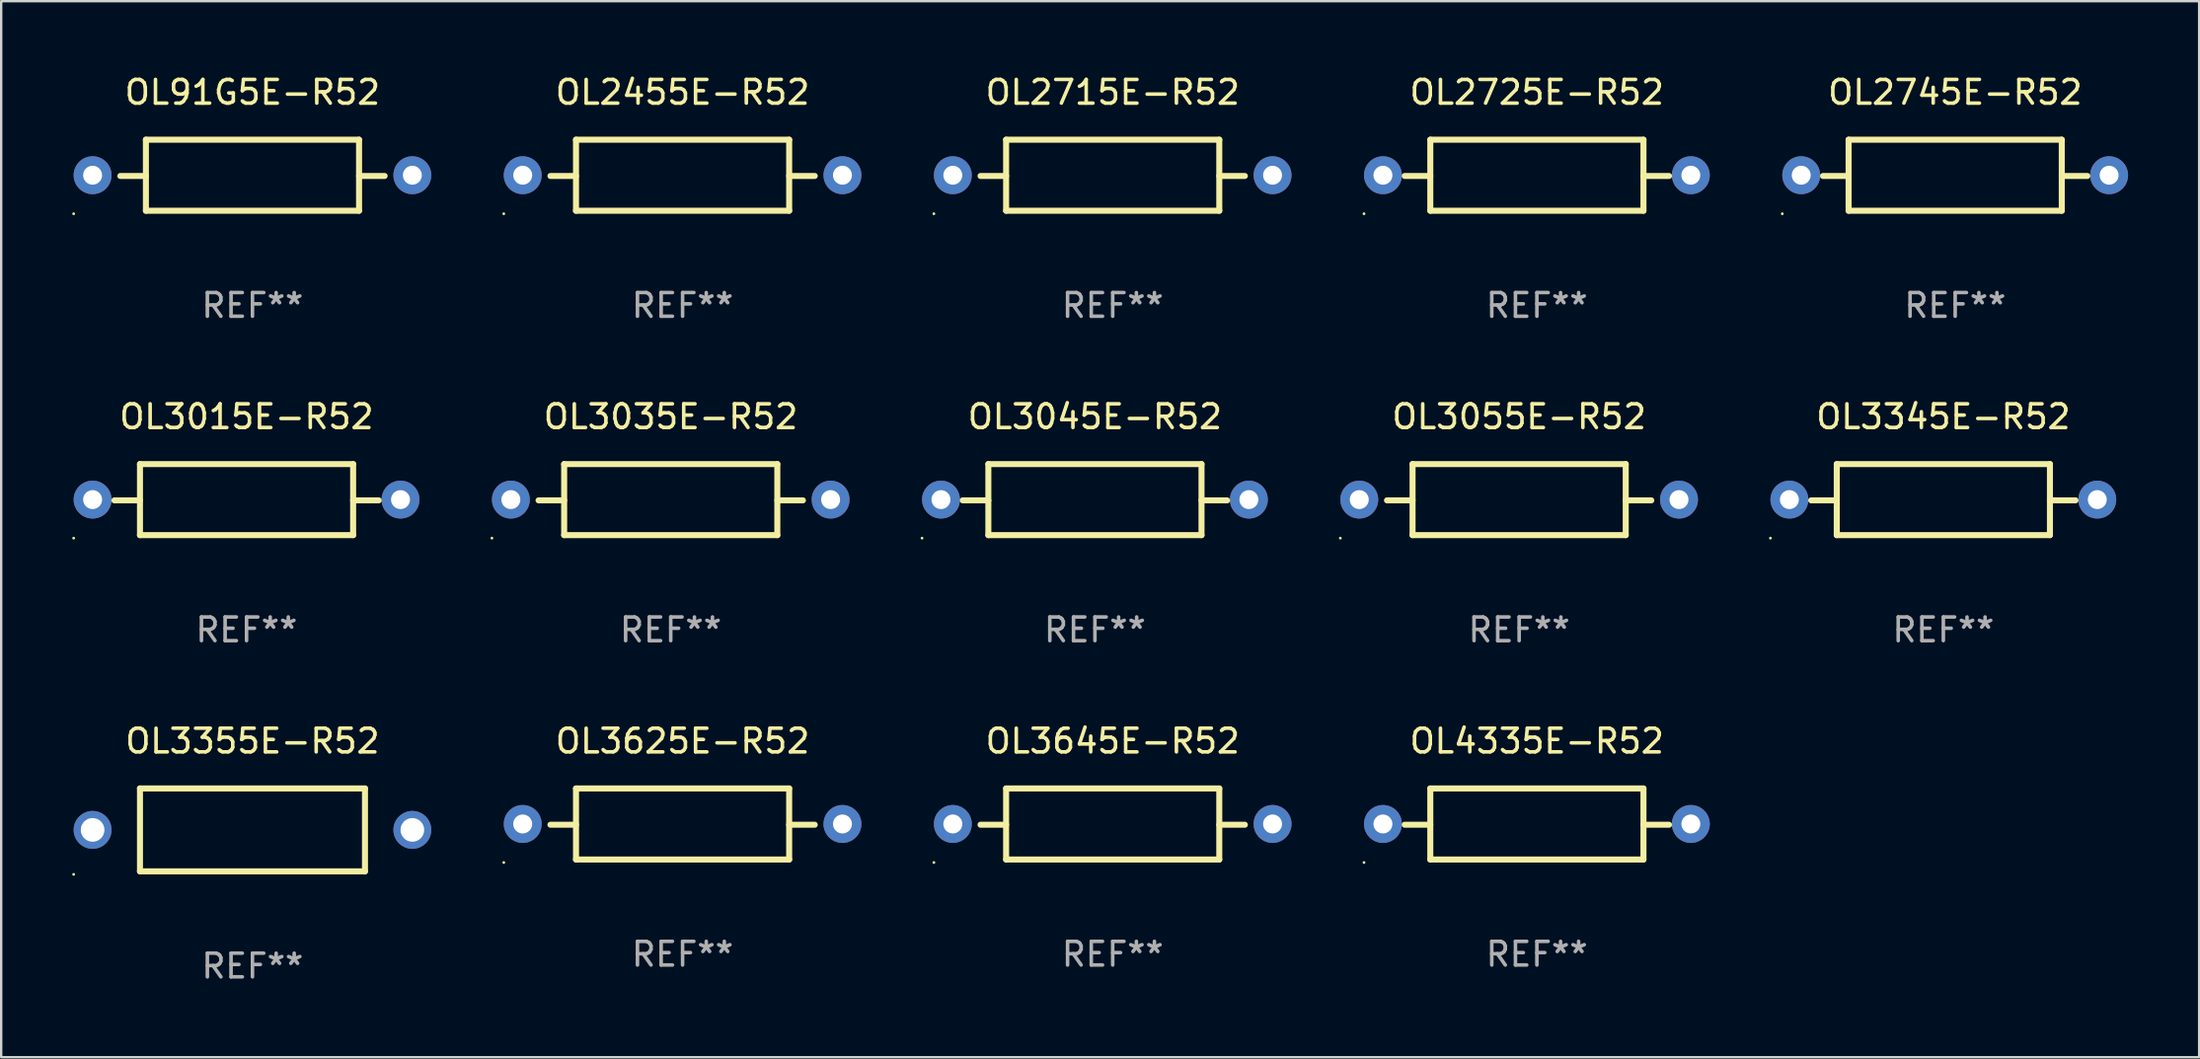
<source format=kicad_pcb>
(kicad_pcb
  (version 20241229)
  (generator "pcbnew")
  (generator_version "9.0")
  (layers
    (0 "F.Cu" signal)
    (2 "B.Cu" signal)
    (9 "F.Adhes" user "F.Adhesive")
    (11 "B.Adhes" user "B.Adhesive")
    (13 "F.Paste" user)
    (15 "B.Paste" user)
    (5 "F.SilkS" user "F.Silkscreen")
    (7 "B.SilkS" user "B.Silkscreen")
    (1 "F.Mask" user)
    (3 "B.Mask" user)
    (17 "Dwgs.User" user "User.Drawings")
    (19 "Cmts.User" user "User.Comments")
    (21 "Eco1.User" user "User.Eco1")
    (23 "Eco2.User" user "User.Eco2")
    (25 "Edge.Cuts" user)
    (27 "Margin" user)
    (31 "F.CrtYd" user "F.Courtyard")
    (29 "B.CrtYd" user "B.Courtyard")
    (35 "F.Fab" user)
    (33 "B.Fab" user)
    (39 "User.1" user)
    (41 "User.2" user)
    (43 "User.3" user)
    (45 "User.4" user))
  (footprint "OL3055E-R52"
    (layer "F.Cu")
    (at 61.091 18.045)
    (property "Reference" "OL3055E-R52" (at 0 -3.5 0) (layer "F.SilkS") (effects (font (size 1 1) (thickness 0.15))))
    (attr through_hole)
    (fp_line (start -4.5 -1.5) (end -4.5 1.5) (stroke (width 0.254) (type solid)) (layer "F.SilkS"))
    (fp_line (start -4.5 -1.5) (end 4.5 -1.5) (stroke (width 0.254) (type solid)) (layer "F.SilkS"))
    (fp_line (start -4.5 0.032) (end -5.58 0.032) (stroke (width 0.254) (type solid)) (layer "F.SilkS"))
    (fp_line (start -4.5 1.5) (end 4.5 1.5) (stroke (width 0.254) (type solid)) (layer "F.SilkS"))
    (fp_line (start 4.5 -1.5) (end 4.5 1.5) (stroke (width 0.254) (type solid)) (layer "F.SilkS"))
    (fp_line (start 4.5 0.032) (end 5.58 0.032) (stroke (width 0.254) (type solid)) (layer "F.SilkS"))
    (fp_circle (center -7.55 1.627) (end -7.52 1.627) (stroke (width 0.06) (type solid)) (fill no) (layer "F.SilkS"))
    (fp_text user "REF**" (at 0 5.5 0) (layer "F.Fab") (effects (font (size 1 1) (thickness 0.15))))
    (pad "1" thru_hole circle (at -6.75 0) (size 1.6 1.6) (drill 0.8) (layers "*.Cu" "*.Mask"))
    (pad "2" thru_hole circle (at 6.75 0) (size 1.6 1.6) (drill 0.8) (layers "*.Cu" "*.Mask")))
  (footprint "OL2715E-R52"
    (layer "F.Cu")
    (at 43.93 4.348)
    (property "Reference" "OL2715E-R52" (at 0 -3.5 0) (layer "F.SilkS") (effects (font (size 1 1) (thickness 0.15))))
    (attr through_hole)
    (fp_line (start -4.5 -1.5) (end -4.5 1.5) (stroke (width 0.254) (type solid)) (layer "F.SilkS"))
    (fp_line (start -4.5 -1.5) (end 4.5 -1.5) (stroke (width 0.254) (type solid)) (layer "F.SilkS"))
    (fp_line (start -4.5 0.032) (end -5.58 0.032) (stroke (width 0.254) (type solid)) (layer "F.SilkS"))
    (fp_line (start -4.5 1.5) (end 4.5 1.5) (stroke (width 0.254) (type solid)) (layer "F.SilkS"))
    (fp_line (start 4.5 -1.5) (end 4.5 1.5) (stroke (width 0.254) (type solid)) (layer "F.SilkS"))
    (fp_line (start 4.5 0.032) (end 5.58 0.032) (stroke (width 0.254) (type solid)) (layer "F.SilkS"))
    (fp_circle (center -7.55 1.627) (end -7.52 1.627) (stroke (width 0.06) (type solid)) (fill no) (layer "F.SilkS"))
    (fp_text user "REF**" (at 0 5.5 0) (layer "F.Fab") (effects (font (size 1 1) (thickness 0.15))))
    (pad "1" thru_hole circle (at -6.75 0) (size 1.6 1.6) (drill 0.8) (layers "*.Cu" "*.Mask"))
    (pad "2" thru_hole circle (at 6.75 0) (size 1.6 1.6) (drill 0.8) (layers "*.Cu" "*.Mask")))
  (footprint "OL3015E-R52"
    (layer "F.Cu")
    (at 7.36 18.045)
    (property "Reference" "OL3015E-R52" (at 0 -3.5 0) (layer "F.SilkS") (effects (font (size 1 1) (thickness 0.15))))
    (attr through_hole)
    (fp_line (start -4.5 -1.5) (end -4.5 1.5) (stroke (width 0.254) (type solid)) (layer "F.SilkS"))
    (fp_line (start -4.5 -1.5) (end 4.5 -1.5) (stroke (width 0.254) (type solid)) (layer "F.SilkS"))
    (fp_line (start -4.5 0.032) (end -5.58 0.032) (stroke (width 0.254) (type solid)) (layer "F.SilkS"))
    (fp_line (start -4.5 1.5) (end 4.5 1.5) (stroke (width 0.254) (type solid)) (layer "F.SilkS"))
    (fp_line (start 4.5 -1.5) (end 4.5 1.5) (stroke (width 0.254) (type solid)) (layer "F.SilkS"))
    (fp_line (start 4.5 0.032) (end 5.58 0.032) (stroke (width 0.254) (type solid)) (layer "F.SilkS"))
    (fp_circle (center -7.3 1.627) (end -7.27 1.627) (stroke (width 0.06) (type solid)) (fill no) (layer "F.SilkS"))
    (fp_text user "REF**" (at 0 5.5 0) (layer "F.Fab") (effects (font (size 1 1) (thickness 0.15))))
    (pad "1" thru_hole circle (at -6.5 0) (size 1.6 1.6) (drill 0.8) (layers "*.Cu" "*.Mask"))
    (pad "2" thru_hole circle (at 6.5 0) (size 1.6 1.6) (drill 0.8) (layers "*.Cu" "*.Mask")))
  (footprint "OL3355E-R52"
    (layer "F.Cu")
    (at 7.61 31.991)
    (property "Reference" "OL3355E-R52" (at 0 -3.75 0) (layer "F.SilkS") (effects (font (size 1 1) (thickness 0.15))))
    (attr through_hole)
    (fp_line (start -4.75 -1.75) (end 4.75 -1.75) (stroke (width 0.254) (type solid)) (layer "F.SilkS"))
    (fp_line (start -4.75 1.75) (end -4.75 -1.75) (stroke (width 0.254) (type solid)) (layer "F.SilkS"))
    (fp_line (start 4.75 1.75) (end -4.75 1.75) (stroke (width 0.254) (type solid)) (layer "F.SilkS"))
    (fp_line (start 4.75 1.75) (end 4.75 -1.75) (stroke (width 0.254) (type solid)) (layer "F.SilkS"))
    (fp_circle (center -7.55 1.877) (end -7.52 1.877) (stroke (width 0.06) (type solid)) (fill no) (layer "F.SilkS"))
    (fp_text user "REF**" (at 0 5.75 0) (layer "F.Fab") (effects (font (size 1 1) (thickness 0.15))))
    (pad "1" thru_hole circle (at -6.75 0) (size 1.6 1.6) (drill 1) (layers "*.Cu" "*.Mask"))
    (pad "2" thru_hole circle (at 6.75 0) (size 1.6 1.6) (drill 1) (layers "*.Cu" "*.Mask")))
  (footprint "OL3625E-R52"
    (layer "F.Cu")
    (at 25.77 31.741)
    (property "Reference" "OL3625E-R52" (at 0 -3.5 0) (layer "F.SilkS") (effects (font (size 1 1) (thickness 0.15))))
    (attr through_hole)
    (fp_line (start -4.5 -1.5) (end -4.5 1.5) (stroke (width 0.254) (type solid)) (layer "F.SilkS"))
    (fp_line (start -4.5 -1.5) (end 4.5 -1.5) (stroke (width 0.254) (type solid)) (layer "F.SilkS"))
    (fp_line (start -4.5 0.032) (end -5.58 0.032) (stroke (width 0.254) (type solid)) (layer "F.SilkS"))
    (fp_line (start -4.5 1.5) (end 4.5 1.5) (stroke (width 0.254) (type solid)) (layer "F.SilkS"))
    (fp_line (start 4.5 -1.5) (end 4.5 1.5) (stroke (width 0.254) (type solid)) (layer "F.SilkS"))
    (fp_line (start 4.5 0.032) (end 5.58 0.032) (stroke (width 0.254) (type solid)) (layer "F.SilkS"))
    (fp_circle (center -7.55 1.627) (end -7.52 1.627) (stroke (width 0.06) (type solid)) (fill no) (layer "F.SilkS"))
    (fp_text user "REF**" (at 0 5.5 0) (layer "F.Fab") (effects (font (size 1 1) (thickness 0.15))))
    (pad "1" thru_hole circle (at -6.75 0) (size 1.6 1.6) (drill 0.8) (layers "*.Cu" "*.Mask"))
    (pad "2" thru_hole circle (at 6.75 0) (size 1.6 1.6) (drill 0.8) (layers "*.Cu" "*.Mask")))
  (footprint "OL3035E-R52"
    (layer "F.Cu")
    (at 25.27 18.045)
    (property "Reference" "OL3035E-R52" (at 0 -3.5 0) (layer "F.SilkS") (effects (font (size 1 1) (thickness 0.15))))
    (attr through_hole)
    (fp_line (start -4.5 -1.5) (end -4.5 1.5) (stroke (width 0.254) (type solid)) (layer "F.SilkS"))
    (fp_line (start -4.5 -1.5) (end 4.5 -1.5) (stroke (width 0.254) (type solid)) (layer "F.SilkS"))
    (fp_line (start -4.5 0.032) (end -5.58 0.032) (stroke (width 0.254) (type solid)) (layer "F.SilkS"))
    (fp_line (start -4.5 1.5) (end 4.5 1.5) (stroke (width 0.254) (type solid)) (layer "F.SilkS"))
    (fp_line (start 4.5 -1.5) (end 4.5 1.5) (stroke (width 0.254) (type solid)) (layer "F.SilkS"))
    (fp_line (start 4.5 0.032) (end 5.58 0.032) (stroke (width 0.254) (type solid)) (layer "F.SilkS"))
    (fp_circle (center -7.55 1.627) (end -7.52 1.627) (stroke (width 0.06) (type solid)) (fill no) (layer "F.SilkS"))
    (fp_text user "REF**" (at 0 5.5 0) (layer "F.Fab") (effects (font (size 1 1) (thickness 0.15))))
    (pad "1" thru_hole circle (at -6.75 0) (size 1.6 1.6) (drill 0.8) (layers "*.Cu" "*.Mask"))
    (pad "2" thru_hole circle (at 6.75 0) (size 1.6 1.6) (drill 0.8) (layers "*.Cu" "*.Mask")))
  (footprint "OL2725E-R52"
    (layer "F.Cu")
    (at 61.84 4.348)
    (property "Reference" "OL2725E-R52" (at 0 -3.5 0) (layer "F.SilkS") (effects (font (size 1 1) (thickness 0.15))))
    (attr through_hole)
    (fp_line (start -4.5 -1.5) (end -4.5 1.5) (stroke (width 0.254) (type solid)) (layer "F.SilkS"))
    (fp_line (start -4.5 -1.5) (end 4.5 -1.5) (stroke (width 0.254) (type solid)) (layer "F.SilkS"))
    (fp_line (start -4.5 0.032) (end -5.58 0.032) (stroke (width 0.254) (type solid)) (layer "F.SilkS"))
    (fp_line (start -4.5 1.5) (end 4.5 1.5) (stroke (width 0.254) (type solid)) (layer "F.SilkS"))
    (fp_line (start 4.5 -1.5) (end 4.5 1.5) (stroke (width 0.254) (type solid)) (layer "F.SilkS"))
    (fp_line (start 4.5 0.032) (end 5.58 0.032) (stroke (width 0.254) (type solid)) (layer "F.SilkS"))
    (fp_circle (center -7.3 1.627) (end -7.27 1.627) (stroke (width 0.06) (type solid)) (fill no) (layer "F.SilkS"))
    (fp_text user "REF**" (at 0 5.5 0) (layer "F.Fab") (effects (font (size 1 1) (thickness 0.15))))
    (pad "1" thru_hole circle (at -6.5 0) (size 1.6 1.6) (drill 0.8) (layers "*.Cu" "*.Mask"))
    (pad "2" thru_hole circle (at 6.5 0) (size 1.6 1.6) (drill 0.8) (layers "*.Cu" "*.Mask")))
  (footprint "OL3045E-R52"
    (layer "F.Cu")
    (at 43.18 18.045)
    (property "Reference" "OL3045E-R52" (at 0 -3.5 0) (layer "F.SilkS") (effects (font (size 1 1) (thickness 0.15))))
    (attr through_hole)
    (fp_line (start -4.5 -1.5) (end -4.5 1.5) (stroke (width 0.254) (type solid)) (layer "F.SilkS"))
    (fp_line (start -4.5 -1.5) (end 4.5 -1.5) (stroke (width 0.254) (type solid)) (layer "F.SilkS"))
    (fp_line (start -4.5 0.032) (end -5.58 0.032) (stroke (width 0.254) (type solid)) (layer "F.SilkS"))
    (fp_line (start -4.5 1.5) (end 4.5 1.5) (stroke (width 0.254) (type solid)) (layer "F.SilkS"))
    (fp_line (start 4.5 -1.5) (end 4.5 1.5) (stroke (width 0.254) (type solid)) (layer "F.SilkS"))
    (fp_line (start 4.5 0.032) (end 5.58 0.032) (stroke (width 0.254) (type solid)) (layer "F.SilkS"))
    (fp_circle (center -7.3 1.627) (end -7.27 1.627) (stroke (width 0.06) (type solid)) (fill no) (layer "F.SilkS"))
    (fp_text user "REF**" (at 0 5.5 0) (layer "F.Fab") (effects (font (size 1 1) (thickness 0.15))))
    (pad "1" thru_hole circle (at -6.5 0) (size 1.6 1.6) (drill 0.8) (layers "*.Cu" "*.Mask"))
    (pad "2" thru_hole circle (at 6.5 0) (size 1.6 1.6) (drill 0.8) (layers "*.Cu" "*.Mask")))
  (footprint "OL91G5E-R52"
    (layer "F.Cu")
    (at 7.61 4.348)
    (property "Reference" "OL91G5E-R52" (at 0 -3.5 0) (layer "F.SilkS") (effects (font (size 1 1) (thickness 0.15))))
    (attr through_hole)
    (fp_line (start -4.5 -1.5) (end -4.5 1.5) (stroke (width 0.254) (type solid)) (layer "F.SilkS"))
    (fp_line (start -4.5 -1.5) (end 4.5 -1.5) (stroke (width 0.254) (type solid)) (layer "F.SilkS"))
    (fp_line (start -4.5 0.032) (end -5.58 0.032) (stroke (width 0.254) (type solid)) (layer "F.SilkS"))
    (fp_line (start -4.5 1.5) (end 4.5 1.5) (stroke (width 0.254) (type solid)) (layer "F.SilkS"))
    (fp_line (start 4.5 -1.5) (end 4.5 1.5) (stroke (width 0.254) (type solid)) (layer "F.SilkS"))
    (fp_line (start 4.5 0.032) (end 5.58 0.032) (stroke (width 0.254) (type solid)) (layer "F.SilkS"))
    (fp_circle (center -7.55 1.627) (end -7.52 1.627) (stroke (width 0.06) (type solid)) (fill no) (layer "F.SilkS"))
    (fp_text user "REF**" (at 0 5.5 0) (layer "F.Fab") (effects (font (size 1 1) (thickness 0.15))))
    (pad "1" thru_hole circle (at -6.75 0) (size 1.6 1.6) (drill 0.8) (layers "*.Cu" "*.Mask"))
    (pad "2" thru_hole circle (at 6.75 0) (size 1.6 1.6) (drill 0.8) (layers "*.Cu" "*.Mask")))
  (footprint "OL3345E-R52"
    (layer "F.Cu")
    (at 79.001 18.045)
    (property "Reference" "OL3345E-R52" (at 0 -3.5 0) (layer "F.SilkS") (effects (font (size 1 1) (thickness 0.15))))
    (attr through_hole)
    (fp_line (start -4.5 -1.5) (end -4.5 1.5) (stroke (width 0.254) (type solid)) (layer "F.SilkS"))
    (fp_line (start -4.5 -1.5) (end 4.5 -1.5) (stroke (width 0.254) (type solid)) (layer "F.SilkS"))
    (fp_line (start -4.5 0.032) (end -5.58 0.032) (stroke (width 0.254) (type solid)) (layer "F.SilkS"))
    (fp_line (start -4.5 1.5) (end 4.5 1.5) (stroke (width 0.254) (type solid)) (layer "F.SilkS"))
    (fp_line (start 4.5 -1.5) (end 4.5 1.5) (stroke (width 0.254) (type solid)) (layer "F.SilkS"))
    (fp_line (start 4.5 0.032) (end 5.58 0.032) (stroke (width 0.254) (type solid)) (layer "F.SilkS"))
    (fp_circle (center -7.3 1.627) (end -7.27 1.627) (stroke (width 0.06) (type solid)) (fill no) (layer "F.SilkS"))
    (fp_text user "REF**" (at 0 5.5 0) (layer "F.Fab") (effects (font (size 1 1) (thickness 0.15))))
    (pad "1" thru_hole circle (at -6.5 0) (size 1.6 1.6) (drill 0.8) (layers "*.Cu" "*.Mask"))
    (pad "2" thru_hole circle (at 6.5 0) (size 1.6 1.6) (drill 0.8) (layers "*.Cu" "*.Mask")))
  (footprint "OL4335E-R52"
    (layer "F.Cu")
    (at 61.84 31.741)
    (property "Reference" "OL4335E-R52" (at 0 -3.5 0) (layer "F.SilkS") (effects (font (size 1 1) (thickness 0.15))))
    (attr through_hole)
    (fp_line (start -4.5 -1.5) (end -4.5 1.5) (stroke (width 0.254) (type solid)) (layer "F.SilkS"))
    (fp_line (start -4.5 -1.5) (end 4.5 -1.5) (stroke (width 0.254) (type solid)) (layer "F.SilkS"))
    (fp_line (start -4.5 0.032) (end -5.58 0.032) (stroke (width 0.254) (type solid)) (layer "F.SilkS"))
    (fp_line (start -4.5 1.5) (end 4.5 1.5) (stroke (width 0.254) (type solid)) (layer "F.SilkS"))
    (fp_line (start 4.5 -1.5) (end 4.5 1.5) (stroke (width 0.254) (type solid)) (layer "F.SilkS"))
    (fp_line (start 4.5 0.032) (end 5.58 0.032) (stroke (width 0.254) (type solid)) (layer "F.SilkS"))
    (fp_circle (center -7.3 1.627) (end -7.27 1.627) (stroke (width 0.06) (type solid)) (fill no) (layer "F.SilkS"))
    (fp_text user "REF**" (at 0 5.5 0) (layer "F.Fab") (effects (font (size 1 1) (thickness 0.15))))
    (pad "1" thru_hole circle (at -6.5 0) (size 1.6 1.6) (drill 0.8) (layers "*.Cu" "*.Mask"))
    (pad "2" thru_hole circle (at 6.5 0) (size 1.6 1.6) (drill 0.8) (layers "*.Cu" "*.Mask")))
  (footprint "OL2745E-R52"
    (layer "F.Cu")
    (at 79.501 4.348)
    (property "Reference" "OL2745E-R52" (at 0 -3.5 0) (layer "F.SilkS") (effects (font (size 1 1) (thickness 0.15))))
    (attr through_hole)
    (fp_line (start -4.5 -1.5) (end -4.5 1.5) (stroke (width 0.254) (type solid)) (layer "F.SilkS"))
    (fp_line (start -4.5 -1.5) (end 4.5 -1.5) (stroke (width 0.254) (type solid)) (layer "F.SilkS"))
    (fp_line (start -4.5 0.032) (end -5.58 0.032) (stroke (width 0.254) (type solid)) (layer "F.SilkS"))
    (fp_line (start -4.5 1.5) (end 4.5 1.5) (stroke (width 0.254) (type solid)) (layer "F.SilkS"))
    (fp_line (start 4.5 -1.5) (end 4.5 1.5) (stroke (width 0.254) (type solid)) (layer "F.SilkS"))
    (fp_line (start 4.5 0.032) (end 5.58 0.032) (stroke (width 0.254) (type solid)) (layer "F.SilkS"))
    (fp_circle (center -7.3 1.627) (end -7.27 1.627) (stroke (width 0.06) (type solid)) (fill no) (layer "F.SilkS"))
    (fp_text user "REF**" (at 0 5.5 0) (layer "F.Fab") (effects (font (size 1 1) (thickness 0.15))))
    (pad "1" thru_hole circle (at -6.5 0) (size 1.6 1.6) (drill 0.8) (layers "*.Cu" "*.Mask"))
    (pad "2" thru_hole circle (at 6.5 0) (size 1.6 1.6) (drill 0.8) (layers "*.Cu" "*.Mask")))
  (footprint "OL2455E-R52"
    (layer "F.Cu")
    (at 25.77 4.348)
    (property "Reference" "OL2455E-R52" (at 0 -3.5 0) (layer "F.SilkS") (effects (font (size 1 1) (thickness 0.15))))
    (attr through_hole)
    (fp_line (start -4.5 -1.5) (end -4.5 1.5) (stroke (width 0.254) (type solid)) (layer "F.SilkS"))
    (fp_line (start -4.5 -1.5) (end 4.5 -1.5) (stroke (width 0.254) (type solid)) (layer "F.SilkS"))
    (fp_line (start -4.5 0.032) (end -5.58 0.032) (stroke (width 0.254) (type solid)) (layer "F.SilkS"))
    (fp_line (start -4.5 1.5) (end 4.5 1.5) (stroke (width 0.254) (type solid)) (layer "F.SilkS"))
    (fp_line (start 4.5 -1.5) (end 4.5 1.5) (stroke (width 0.254) (type solid)) (layer "F.SilkS"))
    (fp_line (start 4.5 0.032) (end 5.58 0.032) (stroke (width 0.254) (type solid)) (layer "F.SilkS"))
    (fp_circle (center -7.55 1.627) (end -7.52 1.627) (stroke (width 0.06) (type solid)) (fill no) (layer "F.SilkS"))
    (fp_text user "REF**" (at 0 5.5 0) (layer "F.Fab") (effects (font (size 1 1) (thickness 0.15))))
    (pad "1" thru_hole circle (at -6.75 0) (size 1.6 1.6) (drill 0.8) (layers "*.Cu" "*.Mask"))
    (pad "2" thru_hole circle (at 6.75 0) (size 1.6 1.6) (drill 0.8) (layers "*.Cu" "*.Mask")))
  (footprint "OL3645E-R52"
    (layer "F.Cu")
    (at 43.93 31.741)
    (property "Reference" "OL3645E-R52" (at 0 -3.5 0) (layer "F.SilkS") (effects (font (size 1 1) (thickness 0.15))))
    (attr through_hole)
    (fp_line (start -4.5 -1.5) (end -4.5 1.5) (stroke (width 0.254) (type solid)) (layer "F.SilkS"))
    (fp_line (start -4.5 -1.5) (end 4.5 -1.5) (stroke (width 0.254) (type solid)) (layer "F.SilkS"))
    (fp_line (start -4.5 0.032) (end -5.58 0.032) (stroke (width 0.254) (type solid)) (layer "F.SilkS"))
    (fp_line (start -4.5 1.5) (end 4.5 1.5) (stroke (width 0.254) (type solid)) (layer "F.SilkS"))
    (fp_line (start 4.5 -1.5) (end 4.5 1.5) (stroke (width 0.254) (type solid)) (layer "F.SilkS"))
    (fp_line (start 4.5 0.032) (end 5.58 0.032) (stroke (width 0.254) (type solid)) (layer "F.SilkS"))
    (fp_circle (center -7.55 1.627) (end -7.52 1.627) (stroke (width 0.06) (type solid)) (fill no) (layer "F.SilkS"))
    (fp_text user "REF**" (at 0 5.5 0) (layer "F.Fab") (effects (font (size 1 1) (thickness 0.15))))
    (pad "1" thru_hole circle (at -6.75 0) (size 1.6 1.6) (drill 0.8) (layers "*.Cu" "*.Mask"))
    (pad "2" thru_hole circle (at 6.75 0) (size 1.6 1.6) (drill 0.8) (layers "*.Cu" "*.Mask")))
  (gr_rect
    (start -3 -3)
    (end 89.801 41.59)
    (stroke (width 0.1) (type default))
    (fill no)
    (layer "Edge.Cuts")))
</source>
